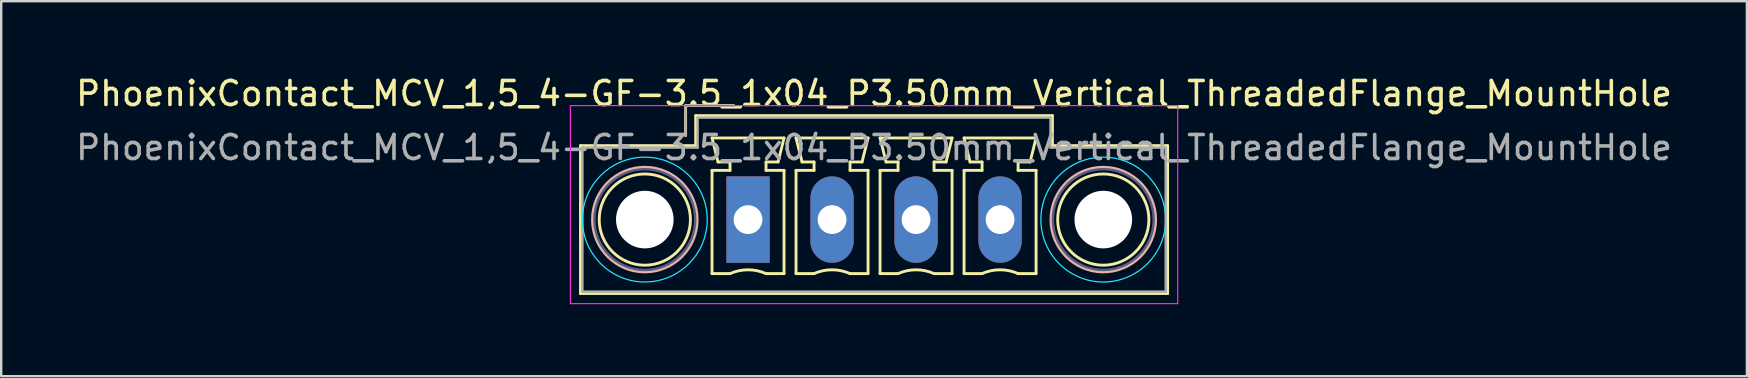
<source format=kicad_pcb>
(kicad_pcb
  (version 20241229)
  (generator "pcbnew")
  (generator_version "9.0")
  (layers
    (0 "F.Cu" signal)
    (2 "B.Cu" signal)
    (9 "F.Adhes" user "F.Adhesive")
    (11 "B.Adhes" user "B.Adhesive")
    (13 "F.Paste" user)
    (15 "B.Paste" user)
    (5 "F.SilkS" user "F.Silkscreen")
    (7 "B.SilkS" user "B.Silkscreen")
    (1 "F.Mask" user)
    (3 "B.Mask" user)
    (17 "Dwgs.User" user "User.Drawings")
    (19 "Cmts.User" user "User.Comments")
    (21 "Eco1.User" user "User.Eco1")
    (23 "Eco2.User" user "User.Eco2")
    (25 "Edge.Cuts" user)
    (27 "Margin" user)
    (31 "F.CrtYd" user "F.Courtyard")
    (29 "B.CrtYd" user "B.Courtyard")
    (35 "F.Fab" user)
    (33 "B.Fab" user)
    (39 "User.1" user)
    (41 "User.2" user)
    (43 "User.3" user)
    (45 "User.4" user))
  (footprint "PhoenixContact_MCV_1,5_4-GF-3.5_1x04_P3.50mm_Vertical_ThreadedFlange_MountHole"
    (layer "F.Cu")
    (at 28.113 6.098)
    (property "Reference" "PhoenixContact_MCV_1,5_4-GF-3.5_1x04_P3.50mm_Vertical_ThreadedFlange_MountHole" (at 5.25 -5.25 0) (layer "F.SilkS") (effects (font (size 1 1) (thickness 0.15))))
    (attr through_hole)
    (fp_line (start -6.98 -3.08) (end -6.98 3.08) (stroke (width 0.12) (type solid)) (layer "F.SilkS"))
    (fp_line (start -6.98 3.08) (end 17.48 3.08) (stroke (width 0.12) (type solid)) (layer "F.SilkS"))
    (fp_line (start -2.6 -4.75) (end -0.6 -4.75) (stroke (width 0.12) (type solid)) (layer "F.SilkS"))
    (fp_line (start -2.6 -3.5) (end -2.6 -4.75) (stroke (width 0.12) (type solid)) (layer "F.SilkS"))
    (fp_line (start -2.18 -4.33) (end -2.18 -3.08) (stroke (width 0.12) (type solid)) (layer "F.SilkS"))
    (fp_line (start -2.18 -3.08) (end -6.98 -3.08) (stroke (width 0.12) (type solid)) (layer "F.SilkS"))
    (fp_line (start -1.5 -3.4) (end 1.5 -3.4) (stroke (width 0.12) (type solid)) (layer "F.SilkS"))
    (fp_line (start -1.5 -2.05) (end -0.75 -2.05) (stroke (width 0.12) (type solid)) (layer "F.SilkS"))
    (fp_line (start -1.5 2.25) (end -1.5 -2.05) (stroke (width 0.12) (type solid)) (layer "F.SilkS"))
    (fp_line (start -1.25 -2.4) (end -1.5 -3.4) (stroke (width 0.12) (type solid)) (layer "F.SilkS"))
    (fp_line (start -0.75 -2.4) (end -1.25 -2.4) (stroke (width 0.12) (type solid)) (layer "F.SilkS"))
    (fp_line (start -0.75 -2.05) (end -0.75 -2.4) (stroke (width 0.12) (type solid)) (layer "F.SilkS"))
    (fp_line (start -0.75 2.25) (end -1.5 2.25) (stroke (width 0.12) (type solid)) (layer "F.SilkS"))
    (fp_line (start 0.75 -2.4) (end 0.75 -2.05) (stroke (width 0.12) (type solid)) (layer "F.SilkS"))
    (fp_line (start 0.75 -2.05) (end 1.5 -2.05) (stroke (width 0.12) (type solid)) (layer "F.SilkS"))
    (fp_line (start 1.25 -2.4) (end 0.75 -2.4) (stroke (width 0.12) (type solid)) (layer "F.SilkS"))
    (fp_line (start 1.5 -3.4) (end 1.25 -2.4) (stroke (width 0.12) (type solid)) (layer "F.SilkS"))
    (fp_line (start 1.5 -2.05) (end 1.5 2.25) (stroke (width 0.12) (type solid)) (layer "F.SilkS"))
    (fp_line (start 1.5 2.25) (end 0.75 2.25) (stroke (width 0.12) (type solid)) (layer "F.SilkS"))
    (fp_line (start 2 -3.4) (end 5 -3.4) (stroke (width 0.12) (type solid)) (layer "F.SilkS"))
    (fp_line (start 2 -2.05) (end 2.75 -2.05) (stroke (width 0.12) (type solid)) (layer "F.SilkS"))
    (fp_line (start 2 2.25) (end 2 -2.05) (stroke (width 0.12) (type solid)) (layer "F.SilkS"))
    (fp_line (start 2.25 -2.4) (end 2 -3.4) (stroke (width 0.12) (type solid)) (layer "F.SilkS"))
    (fp_line (start 2.75 -2.4) (end 2.25 -2.4) (stroke (width 0.12) (type solid)) (layer "F.SilkS"))
    (fp_line (start 2.75 -2.05) (end 2.75 -2.4) (stroke (width 0.12) (type solid)) (layer "F.SilkS"))
    (fp_line (start 2.75 2.25) (end 2 2.25) (stroke (width 0.12) (type solid)) (layer "F.SilkS"))
    (fp_line (start 4.25 -2.4) (end 4.25 -2.05) (stroke (width 0.12) (type solid)) (layer "F.SilkS"))
    (fp_line (start 4.25 -2.05) (end 5 -2.05) (stroke (width 0.12) (type solid)) (layer "F.SilkS"))
    (fp_line (start 4.75 -2.4) (end 4.25 -2.4) (stroke (width 0.12) (type solid)) (layer "F.SilkS"))
    (fp_line (start 5 -3.4) (end 4.75 -2.4) (stroke (width 0.12) (type solid)) (layer "F.SilkS"))
    (fp_line (start 5 -2.05) (end 5 2.25) (stroke (width 0.12) (type solid)) (layer "F.SilkS"))
    (fp_line (start 5 2.25) (end 4.25 2.25) (stroke (width 0.12) (type solid)) (layer "F.SilkS"))
    (fp_line (start 5.5 -3.4) (end 8.5 -3.4) (stroke (width 0.12) (type solid)) (layer "F.SilkS"))
    (fp_line (start 5.5 -2.05) (end 6.25 -2.05) (stroke (width 0.12) (type solid)) (layer "F.SilkS"))
    (fp_line (start 5.5 2.25) (end 5.5 -2.05) (stroke (width 0.12) (type solid)) (layer "F.SilkS"))
    (fp_line (start 5.75 -2.4) (end 5.5 -3.4) (stroke (width 0.12) (type solid)) (layer "F.SilkS"))
    (fp_line (start 6.25 -2.4) (end 5.75 -2.4) (stroke (width 0.12) (type solid)) (layer "F.SilkS"))
    (fp_line (start 6.25 -2.05) (end 6.25 -2.4) (stroke (width 0.12) (type solid)) (layer "F.SilkS"))
    (fp_line (start 6.25 2.25) (end 5.5 2.25) (stroke (width 0.12) (type solid)) (layer "F.SilkS"))
    (fp_line (start 7.75 -2.4) (end 7.75 -2.05) (stroke (width 0.12) (type solid)) (layer "F.SilkS"))
    (fp_line (start 7.75 -2.05) (end 8.5 -2.05) (stroke (width 0.12) (type solid)) (layer "F.SilkS"))
    (fp_line (start 8.25 -2.4) (end 7.75 -2.4) (stroke (width 0.12) (type solid)) (layer "F.SilkS"))
    (fp_line (start 8.5 -3.4) (end 8.25 -2.4) (stroke (width 0.12) (type solid)) (layer "F.SilkS"))
    (fp_line (start 8.5 -2.05) (end 8.5 2.25) (stroke (width 0.12) (type solid)) (layer "F.SilkS"))
    (fp_line (start 8.5 2.25) (end 7.75 2.25) (stroke (width 0.12) (type solid)) (layer "F.SilkS"))
    (fp_line (start 9 -3.4) (end 12 -3.4) (stroke (width 0.12) (type solid)) (layer "F.SilkS"))
    (fp_line (start 9 -2.05) (end 9.75 -2.05) (stroke (width 0.12) (type solid)) (layer "F.SilkS"))
    (fp_line (start 9 2.25) (end 9 -2.05) (stroke (width 0.12) (type solid)) (layer "F.SilkS"))
    (fp_line (start 9.25 -2.4) (end 9 -3.4) (stroke (width 0.12) (type solid)) (layer "F.SilkS"))
    (fp_line (start 9.75 -2.4) (end 9.25 -2.4) (stroke (width 0.12) (type solid)) (layer "F.SilkS"))
    (fp_line (start 9.75 -2.05) (end 9.75 -2.4) (stroke (width 0.12) (type solid)) (layer "F.SilkS"))
    (fp_line (start 9.75 2.25) (end 9 2.25) (stroke (width 0.12) (type solid)) (layer "F.SilkS"))
    (fp_line (start 11.25 -2.4) (end 11.25 -2.05) (stroke (width 0.12) (type solid)) (layer "F.SilkS"))
    (fp_line (start 11.25 -2.05) (end 12 -2.05) (stroke (width 0.12) (type solid)) (layer "F.SilkS"))
    (fp_line (start 11.75 -2.4) (end 11.25 -2.4) (stroke (width 0.12) (type solid)) (layer "F.SilkS"))
    (fp_line (start 12 -3.4) (end 11.75 -2.4) (stroke (width 0.12) (type solid)) (layer "F.SilkS"))
    (fp_line (start 12 -2.05) (end 12 2.25) (stroke (width 0.12) (type solid)) (layer "F.SilkS"))
    (fp_line (start 12 2.25) (end 11.25 2.25) (stroke (width 0.12) (type solid)) (layer "F.SilkS"))
    (fp_line (start 12.68 -4.33) (end -2.18 -4.33) (stroke (width 0.12) (type solid)) (layer "F.SilkS"))
    (fp_line (start 12.68 -3.08) (end 12.68 -4.33) (stroke (width 0.12) (type solid)) (layer "F.SilkS"))
    (fp_line (start 17.48 -3.08) (end 12.68 -3.08) (stroke (width 0.12) (type solid)) (layer "F.SilkS"))
    (fp_line (start 17.48 3.08) (end 17.48 -3.08) (stroke (width 0.12) (type solid)) (layer "F.SilkS"))
    (fp_arc (start -0.75 2.25) (mid -0.000193 2.09191) (end 0.749647 2.249844) (stroke (width 0.12) (type solid)) (layer "F.SilkS"))
    (fp_arc (start 2.75 2.25) (mid 3.499807 2.09191) (end 4.249647 2.249844) (stroke (width 0.12) (type solid)) (layer "F.SilkS"))
    (fp_arc (start 6.25 2.25) (mid 6.999807 2.09191) (end 7.749647 2.249844) (stroke (width 0.12) (type solid)) (layer "F.SilkS"))
    (fp_arc (start 9.75 2.25) (mid 10.499807 2.09191) (end 11.249647 2.249844) (stroke (width 0.12) (type solid)) (layer "F.SilkS"))
    (fp_circle (center -4.3 0) (end -2.4 0) (stroke (width 0.12) (type solid)) (fill no) (layer "F.SilkS"))
    (fp_circle (center 14.8 0) (end 16.7 0) (stroke (width 0.12) (type solid)) (fill no) (layer "F.SilkS"))
    (fp_circle (center -4.3 0) (end -2.12 0) (stroke (width 0.12) (type solid)) (fill no) (layer "B.SilkS"))
    (fp_circle (center 14.8 0) (end 16.98 0) (stroke (width 0.12) (type solid)) (fill no) (layer "B.SilkS"))
    (fp_circle (center -4.3 0) (end -1.7 0) (stroke (width 0.05) (type solid)) (fill no) (layer "B.CrtYd"))
    (fp_circle (center 14.8 0) (end 17.4 0) (stroke (width 0.05) (type solid)) (fill no) (layer "B.CrtYd"))
    (fp_line (start -7.4 -4.75) (end -7.4 3.5) (stroke (width 0.05) (type solid)) (layer "F.CrtYd"))
    (fp_line (start -7.4 3.5) (end 17.9 3.5) (stroke (width 0.05) (type solid)) (layer "F.CrtYd"))
    (fp_line (start 17.9 -4.75) (end -7.4 -4.75) (stroke (width 0.05) (type solid)) (layer "F.CrtYd"))
    (fp_line (start 17.9 3.5) (end 17.9 -4.75) (stroke (width 0.05) (type solid)) (layer "F.CrtYd"))
    (fp_circle (center -4.3 0) (end -2.2 0) (stroke (width 0.1) (type solid)) (fill no) (layer "B.Fab"))
    (fp_circle (center 14.8 0) (end 16.9 0) (stroke (width 0.1) (type solid)) (fill no) (layer "B.Fab"))
    (fp_line (start -6.9 -3) (end -6.9 3) (stroke (width 0.1) (type solid)) (layer "F.Fab"))
    (fp_line (start -6.9 3) (end 17.4 3) (stroke (width 0.1) (type solid)) (layer "F.Fab"))
    (fp_line (start -2.6 -4.75) (end -0.6 -4.75) (stroke (width 0.1) (type solid)) (layer "F.Fab"))
    (fp_line (start -2.6 -3.5) (end -2.6 -4.75) (stroke (width 0.1) (type solid)) (layer "F.Fab"))
    (fp_line (start -2.1 -4.25) (end -2.1 -3) (stroke (width 0.1) (type solid)) (layer "F.Fab"))
    (fp_line (start -2.1 -3) (end -6.9 -3) (stroke (width 0.1) (type solid)) (layer "F.Fab"))
    (fp_line (start 12.6 -4.25) (end -2.1 -4.25) (stroke (width 0.1) (type solid)) (layer "F.Fab"))
    (fp_line (start 12.6 -3) (end 12.6 -4.25) (stroke (width 0.1) (type solid)) (layer "F.Fab"))
    (fp_line (start 17.4 -3) (end 12.6 -3) (stroke (width 0.1) (type solid)) (layer "F.Fab"))
    (fp_line (start 17.4 3) (end 17.4 -3) (stroke (width 0.1) (type solid)) (layer "F.Fab"))
    (fp_text user "${REFERENCE}" (at 5.25 -3 0) (layer "F.Fab") (effects (font (size 1 1) (thickness 0.15))))
    (pad "" np_thru_hole circle (at -4.3 0) (size 2.4 2.4) (drill 2.4) (layers "*.Cu" "*.Mask"))
    (pad "" np_thru_hole circle (at 14.8 0) (size 2.4 2.4) (drill 2.4) (layers "*.Cu" "*.Mask"))
    (pad "1" thru_hole rect (at 0 0) (size 1.8 3.6) (drill 1.2) (layers "*.Cu" "*.Mask"))
    (pad "2" thru_hole oval (at 3.5 0) (size 1.8 3.6) (drill 1.2) (layers "*.Cu" "*.Mask"))
    (pad "3" thru_hole oval (at 7 0) (size 1.8 3.6) (drill 1.2) (layers "*.Cu" "*.Mask"))
    (pad "4" thru_hole oval (at 10.5 0) (size 1.8 3.6) (drill 1.2) (layers "*.Cu" "*.Mask")))
  (gr_rect
    (start -3 -3)
    (end 69.726 12.623)
    (stroke (width 0.1) (type default))
    (fill no)
    (layer "Edge.Cuts")))
</source>
